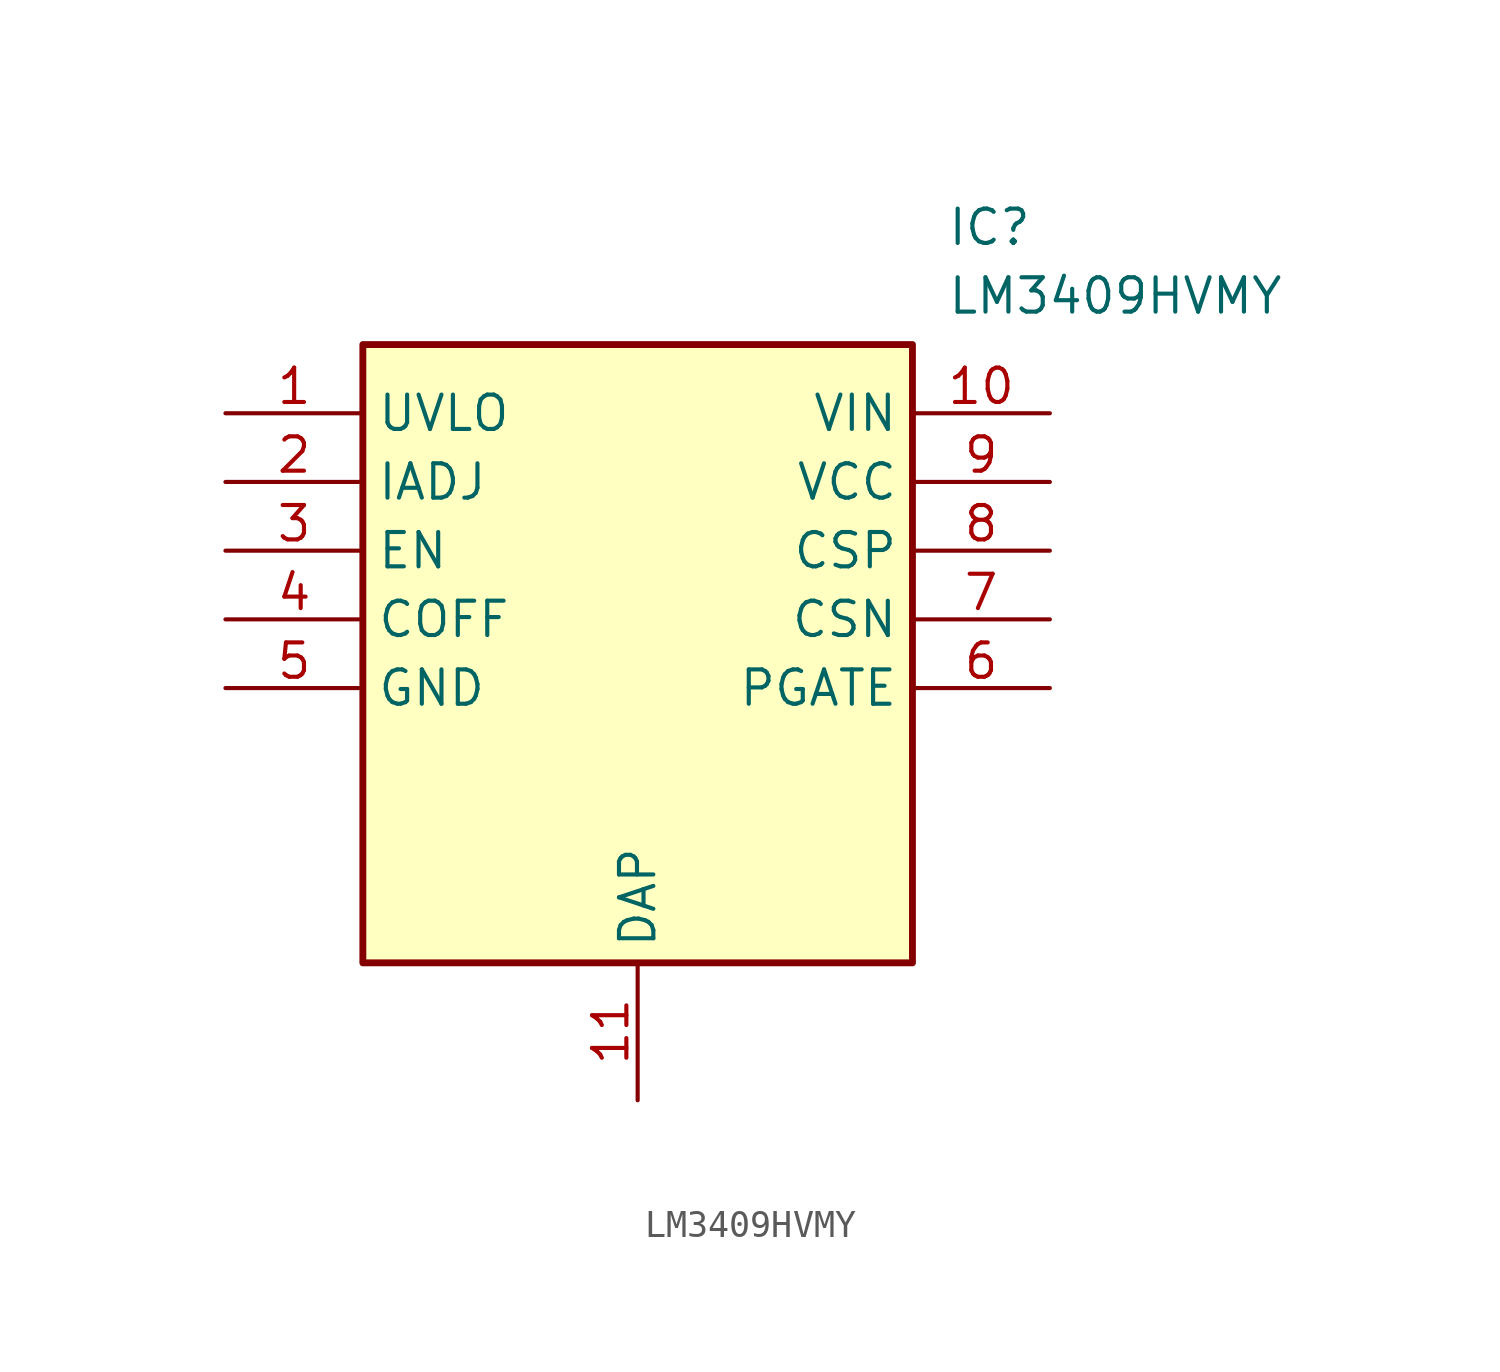
<source format=kicad_sym>
(kicad_symbol_lib
  (version 20231120)
  (generator "kicad_symbol_editor")
  (generator_version "8.0")
  (symbol "LM3409HVMY"
    (property "Reference" "IC"
      (at 26.67 7.62 0)
      (effects (font (size 1.27 1.27)) (justify left top)))
    (property "Value" "LM3409HVMY"
      (at 26.67 5.08 0)
      (effects (font (size 1.27 1.27)) (justify left top)))
    (symbol "LM3409HVMY_1_1"
      (rectangle (start 5.08 2.54) (end 25.4 -20.32) (stroke (width 0.254) (type default)) (fill (type background)))
      (pin passive line (at 0 0 0) (length 5.08) (name "UVLO" (effects (font (size 1.27 1.27)))) (number "1" (effects (font (size 1.27 1.27)))))
      (pin passive line (at 30.48 0 180) (length 5.08) (name "VIN" (effects (font (size 1.27 1.27)))) (number "10" (effects (font (size 1.27 1.27)))))
      (pin passive line (at 15.24 -25.4 90) (length 5.08) (name "DAP" (effects (font (size 1.27 1.27)))) (number "11" (effects (font (size 1.27 1.27)))))
      (pin passive line (at 0 -2.54 0) (length 5.08) (name "IADJ" (effects (font (size 1.27 1.27)))) (number "2" (effects (font (size 1.27 1.27)))))
      (pin passive line (at 0 -5.08 0) (length 5.08) (name "EN" (effects (font (size 1.27 1.27)))) (number "3" (effects (font (size 1.27 1.27)))))
      (pin passive line (at 0 -7.62 0) (length 5.08) (name "COFF" (effects (font (size 1.27 1.27)))) (number "4" (effects (font (size 1.27 1.27)))))
      (pin passive line (at 0 -10.16 0) (length 5.08) (name "GND" (effects (font (size 1.27 1.27)))) (number "5" (effects (font (size 1.27 1.27)))))
      (pin passive line (at 30.48 -10.16 180) (length 5.08) (name "PGATE" (effects (font (size 1.27 1.27)))) (number "6" (effects (font (size 1.27 1.27)))))
      (pin passive line (at 30.48 -7.62 180) (length 5.08) (name "CSN" (effects (font (size 1.27 1.27)))) (number "7" (effects (font (size 1.27 1.27)))))
      (pin passive line (at 30.48 -5.08 180) (length 5.08) (name "CSP" (effects (font (size 1.27 1.27)))) (number "8" (effects (font (size 1.27 1.27)))))
      (pin passive line (at 30.48 -2.54 180) (length 5.08) (name "VCC" (effects (font (size 1.27 1.27)))) (number "9" (effects (font (size 1.27 1.27))))))))
</source>
